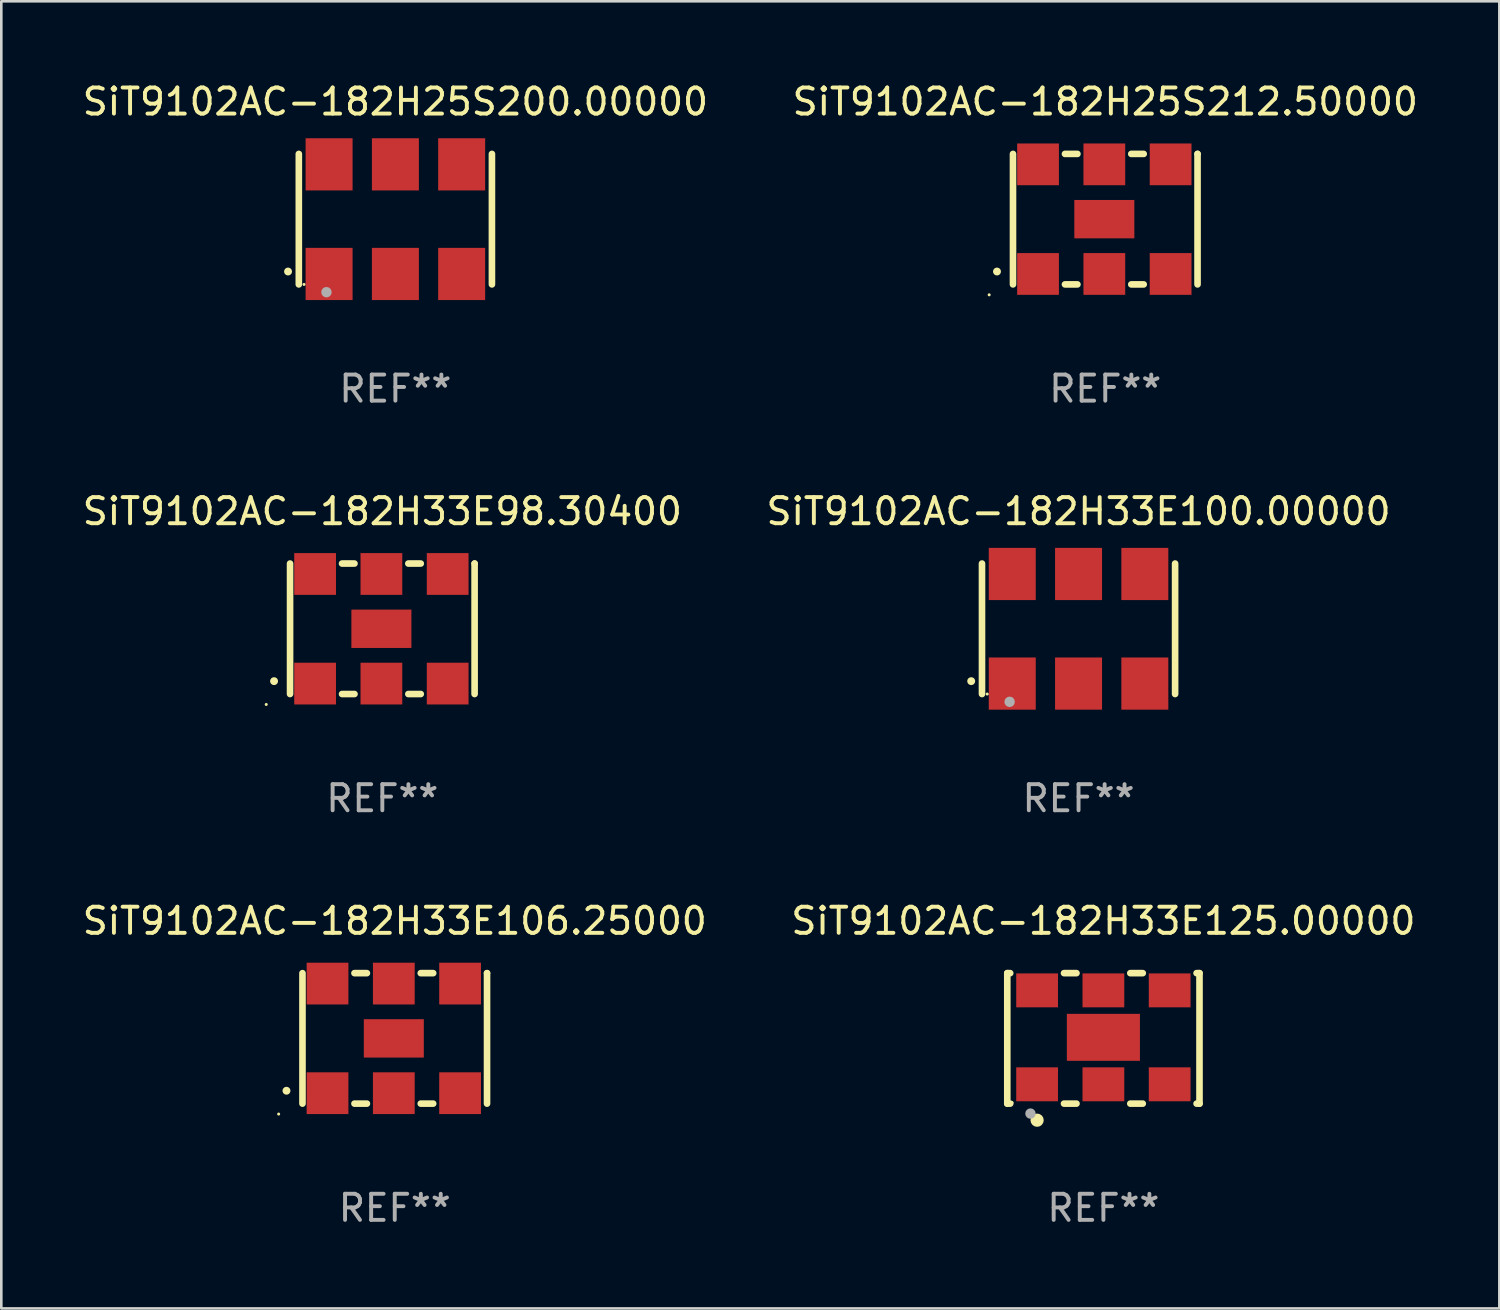
<source format=kicad_pcb>
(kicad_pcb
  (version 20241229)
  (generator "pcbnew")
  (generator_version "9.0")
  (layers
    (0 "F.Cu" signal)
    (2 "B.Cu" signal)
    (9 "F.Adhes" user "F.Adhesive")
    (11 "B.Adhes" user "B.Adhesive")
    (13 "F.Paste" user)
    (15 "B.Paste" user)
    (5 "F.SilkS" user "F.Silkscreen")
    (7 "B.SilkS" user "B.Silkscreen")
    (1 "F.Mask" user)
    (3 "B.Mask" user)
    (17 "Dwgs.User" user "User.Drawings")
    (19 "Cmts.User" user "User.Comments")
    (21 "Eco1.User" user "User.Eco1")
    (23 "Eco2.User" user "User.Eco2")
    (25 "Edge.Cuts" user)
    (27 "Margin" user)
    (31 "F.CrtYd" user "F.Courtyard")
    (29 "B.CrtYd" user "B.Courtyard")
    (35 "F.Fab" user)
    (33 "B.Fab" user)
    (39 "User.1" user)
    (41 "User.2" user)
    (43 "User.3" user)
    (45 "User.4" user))
  (footprint "SiT9102AC-182H25S200.00000"
    (layer "F.Cu")
    (at 12.101 5.348)
    (property "Reference" "SiT9102AC-182H25S200.00000" (at 0 -4.5 0) (layer "F.SilkS") (effects (font (size 1 1) (thickness 0.15))))
    (attr through_hole)
    (fp_line (start -3.7 -2.5) (end -3.7 2.5) (stroke (width 0.254) (type solid)) (layer "F.SilkS"))
    (fp_line (start 3.7 -2.5) (end 3.7 2.5) (stroke (width 0.254) (type solid)) (layer "F.SilkS"))
    (fp_arc (start -4.114415 2.006604) (mid -4.113145 2.006599) (end -4.111875 2.006604) (stroke (width 0.3) (type solid)) (layer "F.SilkS"))
    (fp_circle (center -3.5 2.501) (end -3.47 2.501) (stroke (width 0.06) (type solid)) (fill no) (layer "F.SilkS"))
    (fp_circle (center -2.641 2.799) (end -2.541 2.799) (stroke (width 0.2) (type solid)) (fill no) (layer "F.Fab"))
    (fp_text user "REF**" (at 0 6.5 0) (layer "F.Fab") (effects (font (size 1 1) (thickness 0.15))))
    (pad "1" smd rect (at -2.54 2.1) (size 1.8 2) (layers "F.Cu" "F.Mask" "F.Paste"))
    (pad "2" smd rect (at 0.000394 2.1) (size 1.8 2) (layers "F.Cu" "F.Mask" "F.Paste"))
    (pad "3" smd rect (at 2.54 2.1) (size 1.8 2) (layers "F.Cu" "F.Mask" "F.Paste"))
    (pad "4" smd rect (at 2.54 -2.1) (size 1.8 2) (layers "F.Cu" "F.Mask" "F.Paste"))
    (pad "5" smd rect (at 0.000394 -2.1) (size 1.8 2) (layers "F.Cu" "F.Mask" "F.Paste"))
    (pad "6" smd rect (at -2.54 -2.1) (size 1.8 2) (layers "F.Cu" "F.Mask" "F.Paste")))
  (footprint "SiT9102AC-182H33E100.00000"
    (layer "F.Cu")
    (at 38.28 21.045)
    (property "Reference" "SiT9102AC-182H33E100.00000" (at 0 -4.5 0) (layer "F.SilkS") (effects (font (size 1 1) (thickness 0.15))))
    (attr through_hole)
    (fp_line (start -3.7 -2.5) (end -3.7 2.5) (stroke (width 0.254) (type solid)) (layer "F.SilkS"))
    (fp_line (start 3.7 -2.5) (end 3.7 2.5) (stroke (width 0.254) (type solid)) (layer "F.SilkS"))
    (fp_arc (start -4.114415 2.006604) (mid -4.113145 2.006599) (end -4.111875 2.006604) (stroke (width 0.3) (type solid)) (layer "F.SilkS"))
    (fp_circle (center -3.5 2.501) (end -3.47 2.501) (stroke (width 0.06) (type solid)) (fill no) (layer "F.SilkS"))
    (fp_circle (center -2.641 2.799) (end -2.541 2.799) (stroke (width 0.2) (type solid)) (fill no) (layer "F.Fab"))
    (fp_text user "REF**" (at 0 6.5 0) (layer "F.Fab") (effects (font (size 1 1) (thickness 0.15))))
    (pad "1" smd rect (at -2.54 2.1) (size 1.8 2) (layers "F.Cu" "F.Mask" "F.Paste"))
    (pad "2" smd rect (at 0.000394 2.1) (size 1.8 2) (layers "F.Cu" "F.Mask" "F.Paste"))
    (pad "3" smd rect (at 2.54 2.1) (size 1.8 2) (layers "F.Cu" "F.Mask" "F.Paste"))
    (pad "4" smd rect (at 2.54 -2.1) (size 1.8 2) (layers "F.Cu" "F.Mask" "F.Paste"))
    (pad "5" smd rect (at 0.000394 -2.1) (size 1.8 2) (layers "F.Cu" "F.Mask" "F.Paste"))
    (pad "6" smd rect (at -2.54 -2.1) (size 1.8 2) (layers "F.Cu" "F.Mask" "F.Paste")))
  (footprint "SiT9102AC-182H33E125.00000"
    (layer "F.Cu")
    (at 39.232 36.741)
    (property "Reference" "SiT9102AC-182H33E125.00000" (at 0 -4.5 0) (layer "F.SilkS") (effects (font (size 1 1) (thickness 0.15))))
    (attr through_hole)
    (fp_line (start -3.683 -2.5) (end -3.571 -2.5) (stroke (width 0.254) (type solid)) (layer "F.SilkS"))
    (fp_line (start -3.683 2.5) (end -3.683 -2.5) (stroke (width 0.254) (type solid)) (layer "F.SilkS"))
    (fp_line (start -3.683 2.5) (end -3.571 2.5) (stroke (width 0.254) (type solid)) (layer "F.SilkS"))
    (fp_line (start -1.509 -2.5) (end -1.031 -2.5) (stroke (width 0.254) (type solid)) (layer "F.SilkS"))
    (fp_line (start -1.509 2.5) (end -1.031 2.5) (stroke (width 0.254) (type solid)) (layer "F.SilkS"))
    (fp_line (start 1.031 -2.5) (end 1.509 -2.5) (stroke (width 0.254) (type solid)) (layer "F.SilkS"))
    (fp_line (start 1.031 2.5) (end 1.509 2.5) (stroke (width 0.254) (type solid)) (layer "F.SilkS"))
    (fp_line (start 3.571 -2.5) (end 3.683 -2.5) (stroke (width 0.254) (type solid)) (layer "F.SilkS"))
    (fp_line (start 3.571 2.5) (end 3.683 2.5) (stroke (width 0.254) (type solid)) (layer "F.SilkS"))
    (fp_line (start 3.683 2.5) (end 3.683 -2.5) (stroke (width 0.254) (type solid)) (layer "F.SilkS"))
    (fp_circle (center -3.5 2.46) (end -3.47 2.46) (stroke (width 0.06) (type solid)) (fill no) (layer "F.SilkS"))
    (fp_circle (center -2.54 3.135) (end -2.413 3.135) (stroke (width 0.254) (type solid)) (fill no) (layer "F.SilkS"))
    (fp_circle (center -2.794 2.881) (end -2.694 2.881) (stroke (width 0.2) (type solid)) (fill no) (layer "F.Fab"))
    (fp_text user "REF**" (at 0 6.5 0) (layer "F.Fab") (effects (font (size 1 1) (thickness 0.15))))
    (pad "1" smd rect (at -2.54 1.76) (size 1.6 1.3) (layers "F.Cu" "F.Mask" "F.Paste"))
    (pad "2" smd rect (at 0 1.76) (size 1.6 1.3) (layers "F.Cu" "F.Mask" "F.Paste"))
    (pad "3" smd rect (at 2.54 1.76) (size 1.6 1.3) (layers "F.Cu" "F.Mask" "F.Paste"))
    (pad "4" smd rect (at 2.54 -1.84) (size 1.6 1.3) (layers "F.Cu" "F.Mask" "F.Paste"))
    (pad "5" smd rect (at 0 -1.84) (size 1.6 1.3) (layers "F.Cu" "F.Mask" "F.Paste"))
    (pad "6" smd rect (at -2.54 -1.84) (size 1.6 1.3) (layers "F.Cu" "F.Mask" "F.Paste"))
    (pad "7" smd rect (at 0 -0.04) (size 2.8 1.8) (layers "F.Cu" "F.Mask" "F.Paste")))
  (footprint "SiT9102AC-182H33E98.30400"
    (layer "F.Cu")
    (at 11.601 21.045)
    (property "Reference" "SiT9102AC-182H33E98.30400" (at 0 -4.5 0) (layer "F.SilkS") (effects (font (size 1 1) (thickness 0.15))))
    (attr through_hole)
    (fp_line (start -3.536 -2.5) (end -3.536 2.5) (stroke (width 0.254) (type solid)) (layer "F.SilkS"))
    (fp_line (start -1.544 2.5) (end -1.067 2.5) (stroke (width 0.254) (type solid)) (layer "F.SilkS"))
    (fp_line (start -1.067 -2.5) (end -1.544 -2.5) (stroke (width 0.254) (type solid)) (layer "F.SilkS"))
    (fp_line (start 0.996 2.5) (end 1.473 2.5) (stroke (width 0.254) (type solid)) (layer "F.SilkS"))
    (fp_line (start 1.473 -2.5) (end 0.996 -2.5) (stroke (width 0.254) (type solid)) (layer "F.SilkS"))
    (fp_line (start 3.536 -2.5) (end 3.536 -2.5) (stroke (width 0.254) (type solid)) (layer "F.SilkS"))
    (fp_line (start 3.536 2.5) (end 3.536 -2.5) (stroke (width 0.254) (type solid)) (layer "F.SilkS"))
    (fp_arc (start -4.150432 2.006604) (mid -4.149162 2.006599) (end -4.147892 2.006604) (stroke (width 0.3) (type solid)) (layer "F.SilkS"))
    (fp_circle (center -4.449 2.9) (end -4.419 2.9) (stroke (width 0.06) (type solid)) (fill no) (layer "F.SilkS"))
    (fp_text user "REF**" (at 0 6.5 0) (layer "F.Fab") (effects (font (size 1 1) (thickness 0.15))))
    (pad "1" smd rect (at -2.576 2.1) (size 1.6 1.6) (layers "F.Cu" "F.Mask" "F.Paste"))
    (pad "2" smd rect (at -0.036 2.1) (size 1.6 1.6) (layers "F.Cu" "F.Mask" "F.Paste"))
    (pad "3" smd rect (at 2.504 2.1) (size 1.6 1.6) (layers "F.Cu" "F.Mask" "F.Paste"))
    (pad "4" smd rect (at 2.504 -2.1) (size 1.6 1.6) (layers "F.Cu" "F.Mask" "F.Paste"))
    (pad "5" smd rect (at -0.036 -2.1) (size 1.6 1.6) (layers "F.Cu" "F.Mask" "F.Paste"))
    (pad "6" smd rect (at -2.576 -2.1) (size 1.6 1.6) (layers "F.Cu" "F.Mask" "F.Paste"))
    (pad "7" smd rect (at -0.036 0) (size 2.3 1.47) (layers "F.Cu" "F.Mask" "F.Paste")))
  (footprint "SiT9102AC-182H25S212.50000"
    (layer "F.Cu")
    (at 39.304 5.348)
    (property "Reference" "SiT9102AC-182H25S212.50000" (at 0 -4.5 0) (layer "F.SilkS") (effects (font (size 1 1) (thickness 0.15))))
    (attr through_hole)
    (fp_line (start -3.536 -2.5) (end -3.536 2.5) (stroke (width 0.254) (type solid)) (layer "F.SilkS"))
    (fp_line (start -1.544 2.5) (end -1.067 2.5) (stroke (width 0.254) (type solid)) (layer "F.SilkS"))
    (fp_line (start -1.067 -2.5) (end -1.544 -2.5) (stroke (width 0.254) (type solid)) (layer "F.SilkS"))
    (fp_line (start 0.996 2.5) (end 1.473 2.5) (stroke (width 0.254) (type solid)) (layer "F.SilkS"))
    (fp_line (start 1.473 -2.5) (end 0.996 -2.5) (stroke (width 0.254) (type solid)) (layer "F.SilkS"))
    (fp_line (start 3.536 -2.5) (end 3.536 -2.5) (stroke (width 0.254) (type solid)) (layer "F.SilkS"))
    (fp_line (start 3.536 2.5) (end 3.536 -2.5) (stroke (width 0.254) (type solid)) (layer "F.SilkS"))
    (fp_arc (start -4.150432 2.006604) (mid -4.149162 2.006599) (end -4.147892 2.006604) (stroke (width 0.3) (type solid)) (layer "F.SilkS"))
    (fp_circle (center -4.449 2.9) (end -4.419 2.9) (stroke (width 0.06) (type solid)) (fill no) (layer "F.SilkS"))
    (fp_text user "REF**" (at 0 6.5 0) (layer "F.Fab") (effects (font (size 1 1) (thickness 0.15))))
    (pad "1" smd rect (at -2.576 2.1) (size 1.6 1.6) (layers "F.Cu" "F.Mask" "F.Paste"))
    (pad "2" smd rect (at -0.036 2.1) (size 1.6 1.6) (layers "F.Cu" "F.Mask" "F.Paste"))
    (pad "3" smd rect (at 2.504 2.1) (size 1.6 1.6) (layers "F.Cu" "F.Mask" "F.Paste"))
    (pad "4" smd rect (at 2.504 -2.1) (size 1.6 1.6) (layers "F.Cu" "F.Mask" "F.Paste"))
    (pad "5" smd rect (at -0.036 -2.1) (size 1.6 1.6) (layers "F.Cu" "F.Mask" "F.Paste"))
    (pad "6" smd rect (at -2.576 -2.1) (size 1.6 1.6) (layers "F.Cu" "F.Mask" "F.Paste"))
    (pad "7" smd rect (at -0.036 0) (size 2.3 1.47) (layers "F.Cu" "F.Mask" "F.Paste")))
  (footprint "SiT9102AC-182H33E106.25000"
    (layer "F.Cu")
    (at 12.077 36.741)
    (property "Reference" "SiT9102AC-182H33E106.25000" (at 0 -4.5 0) (layer "F.SilkS") (effects (font (size 1 1) (thickness 0.15))))
    (attr through_hole)
    (fp_line (start -3.536 -2.5) (end -3.536 2.5) (stroke (width 0.254) (type solid)) (layer "F.SilkS"))
    (fp_line (start -1.544 2.5) (end -1.067 2.5) (stroke (width 0.254) (type solid)) (layer "F.SilkS"))
    (fp_line (start -1.067 -2.5) (end -1.544 -2.5) (stroke (width 0.254) (type solid)) (layer "F.SilkS"))
    (fp_line (start 0.996 2.5) (end 1.473 2.5) (stroke (width 0.254) (type solid)) (layer "F.SilkS"))
    (fp_line (start 1.473 -2.5) (end 0.996 -2.5) (stroke (width 0.254) (type solid)) (layer "F.SilkS"))
    (fp_line (start 3.536 -2.5) (end 3.536 -2.5) (stroke (width 0.254) (type solid)) (layer "F.SilkS"))
    (fp_line (start 3.536 2.5) (end 3.536 -2.5) (stroke (width 0.254) (type solid)) (layer "F.SilkS"))
    (fp_arc (start -4.150432 2.006604) (mid -4.149162 2.006599) (end -4.147892 2.006604) (stroke (width 0.3) (type solid)) (layer "F.SilkS"))
    (fp_circle (center -4.449 2.9) (end -4.419 2.9) (stroke (width 0.06) (type solid)) (fill no) (layer "F.SilkS"))
    (fp_text user "REF**" (at 0 6.5 0) (layer "F.Fab") (effects (font (size 1 1) (thickness 0.15))))
    (pad "1" smd rect (at -2.576 2.1) (size 1.6 1.6) (layers "F.Cu" "F.Mask" "F.Paste"))
    (pad "2" smd rect (at -0.036 2.1) (size 1.6 1.6) (layers "F.Cu" "F.Mask" "F.Paste"))
    (pad "3" smd rect (at 2.504 2.1) (size 1.6 1.6) (layers "F.Cu" "F.Mask" "F.Paste"))
    (pad "4" smd rect (at 2.504 -2.1) (size 1.6 1.6) (layers "F.Cu" "F.Mask" "F.Paste"))
    (pad "5" smd rect (at -0.036 -2.1) (size 1.6 1.6) (layers "F.Cu" "F.Mask" "F.Paste"))
    (pad "6" smd rect (at -2.576 -2.1) (size 1.6 1.6) (layers "F.Cu" "F.Mask" "F.Paste"))
    (pad "7" smd rect (at -0.036 0) (size 2.3 1.47) (layers "F.Cu" "F.Mask" "F.Paste")))
  (gr_rect
    (start -3 -3)
    (end 54.405 47.09)
    (stroke (width 0.1) (type default))
    (fill no)
    (layer "Edge.Cuts")))
</source>
